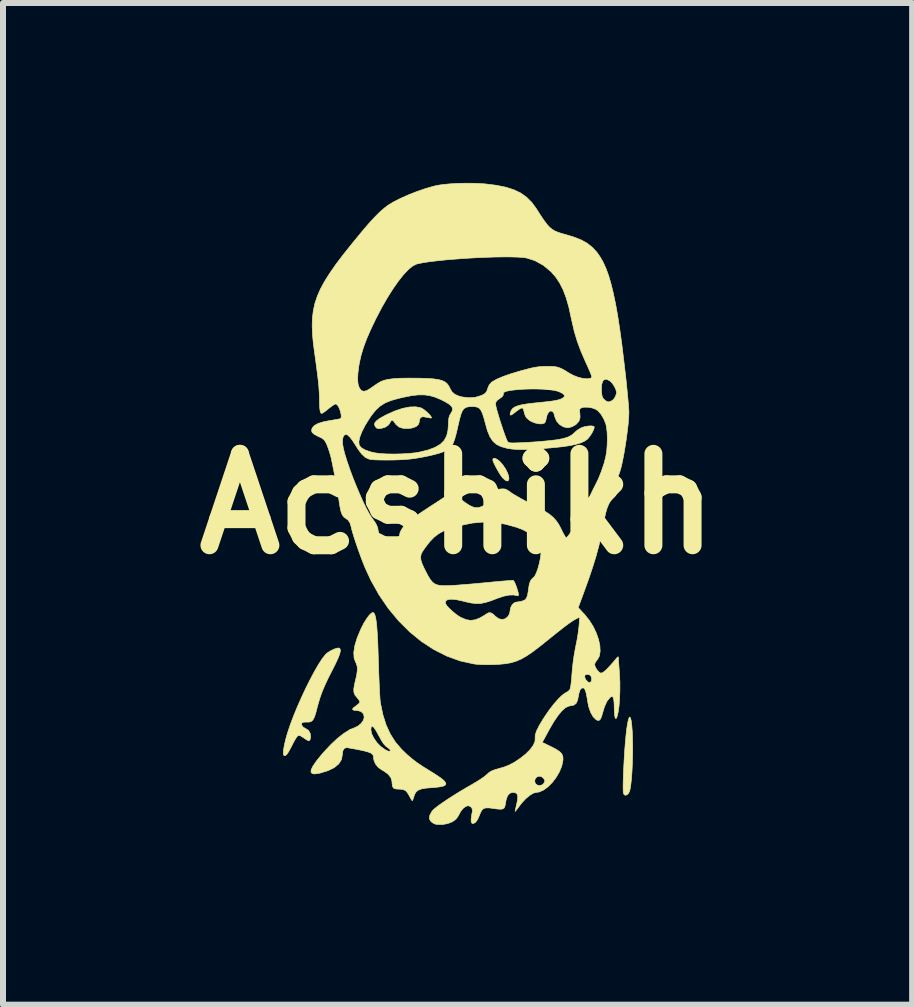
<source format=kicad_pcb>
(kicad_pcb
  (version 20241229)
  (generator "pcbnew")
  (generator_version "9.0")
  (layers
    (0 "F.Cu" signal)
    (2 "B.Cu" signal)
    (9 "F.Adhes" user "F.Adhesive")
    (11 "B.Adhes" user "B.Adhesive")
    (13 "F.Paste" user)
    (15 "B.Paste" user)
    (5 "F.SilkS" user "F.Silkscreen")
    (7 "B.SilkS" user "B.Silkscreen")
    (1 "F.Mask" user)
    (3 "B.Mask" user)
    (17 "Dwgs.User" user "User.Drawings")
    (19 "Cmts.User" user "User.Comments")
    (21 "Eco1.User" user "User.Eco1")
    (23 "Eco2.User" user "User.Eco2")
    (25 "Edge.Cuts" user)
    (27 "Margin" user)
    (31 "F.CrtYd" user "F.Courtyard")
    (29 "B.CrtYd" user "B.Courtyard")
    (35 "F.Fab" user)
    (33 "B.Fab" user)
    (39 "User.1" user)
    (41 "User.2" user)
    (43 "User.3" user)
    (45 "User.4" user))
  (footprint "Acshikh"
    (layer "F.Cu")
    (at 4.579 5.352)
    (property "Reference" "Acshikh" (at 0 0 0) (layer "F.SilkS") (effects (font (size 1.524 1.524) (thickness 0.3))))
    (attr through_hole)
    (fp_poly (pts (xy 0.663 -0.741) (xy 0.706 -0.706) (xy 0.756 -0.649) (xy 0.798 -0.587) (xy 0.83 -0.525) (xy 0.851 -0.468) (xy 0.858 -0.422) (xy 0.849 -0.391) (xy 0.827 -0.381) (xy 0.799 -0.393) (xy 0.764 -0.422) (xy 0.747 -0.44) (xy 0.715 -0.484) (xy 0.68 -0.541) (xy 0.645 -0.603) (xy 0.615 -0.662) (xy 0.594 -0.709) (xy 0.587 -0.737) (xy 0.598 -0.759) (xy 0.625 -0.76) (xy 0.663 -0.741)) (stroke (width 0.01) (type solid)) (fill yes) (layer "F.SilkS"))
    (fp_poly (pts (xy 2.883 3.567) (xy 2.895 3.612) (xy 2.905 3.689) (xy 2.906 3.703) (xy 2.914 3.808) (xy 2.918 3.928) (xy 2.92 4.059) (xy 2.919 4.194) (xy 2.915 4.329) (xy 2.909 4.457) (xy 2.901 4.574) (xy 2.89 4.674) (xy 2.878 4.752) (xy 2.869 4.791) (xy 2.847 4.832) (xy 2.817 4.855) (xy 2.789 4.856) (xy 2.768 4.834) (xy 2.768 4.833) (xy 2.763 4.803) (xy 2.761 4.745) (xy 2.761 4.665) (xy 2.764 4.568) (xy 2.768 4.457) (xy 2.774 4.337) (xy 2.781 4.214) (xy 2.789 4.091) (xy 2.798 3.974) (xy 2.808 3.866) (xy 2.818 3.773) (xy 2.828 3.705) (xy 2.843 3.623) (xy 2.857 3.573) (xy 2.871 3.554) (xy 2.883 3.567)) (stroke (width 0.01) (type solid)) (fill yes) (layer "F.SilkS"))
    (fp_poly (pts (xy -0.614 -1.603) (xy -0.599 -1.596) (xy -0.563 -1.574) (xy -0.522 -1.541) (xy -0.482 -1.504) (xy -0.451 -1.469) (xy -0.435 -1.443) (xy -0.435 -1.433) (xy -0.454 -1.432) (xy -0.492 -1.439) (xy -0.515 -1.444) (xy -0.576 -1.454) (xy -0.614 -1.443) (xy -0.633 -1.409) (xy -0.635 -1.382) (xy -0.649 -1.329) (xy -0.691 -1.289) (xy -0.759 -1.265) (xy -0.816 -1.257) (xy -0.909 -1.26) (xy -0.98 -1.284) (xy -1.032 -1.33) (xy -1.045 -1.35) (xy -1.073 -1.387) (xy -1.098 -1.395) (xy -1.116 -1.373) (xy -1.118 -1.368) (xy -1.15 -1.318) (xy -1.203 -1.28) (xy -1.27 -1.259) (xy -1.275 -1.258) (xy -1.322 -1.256) (xy -1.349 -1.264) (xy -1.37 -1.287) (xy -1.385 -1.32) (xy -1.379 -1.352) (xy -1.351 -1.386) (xy -1.298 -1.425) (xy -1.218 -1.47) (xy -1.179 -1.49) (xy -1.044 -1.55) (xy -0.916 -1.593) (xy -0.799 -1.616) (xy -0.697 -1.619) (xy -0.614 -1.603)) (stroke (width 0.01) (type solid)) (fill yes) (layer "F.SilkS"))
    (fp_poly (pts (xy -1.975 2.403) (xy -1.957 2.42) (xy -1.953 2.451) (xy -1.964 2.499) (xy -1.99 2.568) (xy -2.032 2.659) (xy -2.078 2.751) (xy -2.149 2.89) (xy -2.206 3.01) (xy -2.251 3.115) (xy -2.288 3.215) (xy -2.318 3.314) (xy -2.342 3.401) (xy -2.366 3.495) (xy -2.389 3.561) (xy -2.413 3.604) (xy -2.441 3.629) (xy -2.476 3.638) (xy -2.513 3.638) (xy -2.558 3.639) (xy -2.589 3.646) (xy -2.595 3.65) (xy -2.6 3.684) (xy -2.579 3.718) (xy -2.538 3.744) (xy -2.532 3.746) (xy -2.485 3.777) (xy -2.456 3.828) (xy -2.45 3.889) (xy -2.454 3.912) (xy -2.463 3.939) (xy -2.478 3.95) (xy -2.503 3.942) (xy -2.545 3.915) (xy -2.564 3.902) (xy -2.61 3.872) (xy -2.641 3.861) (xy -2.664 3.867) (xy -2.682 3.888) (xy -2.709 3.93) (xy -2.741 3.988) (xy -2.762 4.03) (xy -2.807 4.116) (xy -2.843 4.172) (xy -2.872 4.198) (xy -2.893 4.196) (xy -2.898 4.19) (xy -2.904 4.157) (xy -2.901 4.101) (xy -2.888 4.025) (xy -2.868 3.936) (xy -2.841 3.839) (xy -2.833 3.813) (xy -2.786 3.674) (xy -2.73 3.526) (xy -2.667 3.373) (xy -2.598 3.218) (xy -2.528 3.068) (xy -2.456 2.925) (xy -2.386 2.794) (xy -2.32 2.679) (xy -2.259 2.585) (xy -2.205 2.516) (xy -2.196 2.505) (xy -2.158 2.475) (xy -2.108 2.445) (xy -2.054 2.42) (xy -2.007 2.405) (xy -1.975 2.403) (xy -1.975 2.403)) (stroke (width 0.01) (type solid)) (fill yes) (layer "F.SilkS"))
    (fp_poly (pts (xy -1.396 1.818) (xy -1.381 1.842) (xy -1.368 1.886) (xy -1.357 1.95) (xy -1.347 2.037) (xy -1.339 2.148) (xy -1.331 2.285) (xy -1.325 2.45) (xy -1.319 2.645) (xy -1.318 2.669) (xy -1.314 2.802) (xy -1.309 2.93) (xy -1.304 3.048) (xy -1.299 3.151) (xy -1.294 3.234) (xy -1.289 3.294) (xy -1.286 3.318) (xy -1.245 3.515) (xy -1.191 3.686) (xy -1.122 3.836) (xy -1.037 3.97) (xy -0.933 4.092) (xy -0.913 4.111) (xy -0.835 4.186) (xy -0.757 4.252) (xy -0.674 4.315) (xy -0.577 4.381) (xy -0.458 4.454) (xy -0.458 4.454) (xy -0.35 4.522) (xy -0.27 4.577) (xy -0.218 4.622) (xy -0.195 4.657) (xy -0.2 4.684) (xy -0.232 4.704) (xy -0.293 4.718) (xy -0.381 4.728) (xy -0.42 4.731) (xy -0.523 4.739) (xy -0.599 4.752) (xy -0.653 4.772) (xy -0.689 4.8) (xy -0.714 4.84) (xy -0.725 4.873) (xy -0.739 4.916) (xy -0.75 4.944) (xy -0.753 4.949) (xy -0.763 4.94) (xy -0.782 4.91) (xy -0.799 4.878) (xy -0.834 4.818) (xy -0.866 4.781) (xy -0.907 4.763) (xy -0.963 4.756) (xy -0.98 4.756) (xy -1.035 4.752) (xy -1.068 4.738) (xy -1.085 4.708) (xy -1.092 4.656) (xy -1.094 4.624) (xy -1.111 4.566) (xy -1.155 4.509) (xy -1.223 4.458) (xy -1.254 4.441) (xy -1.32 4.395) (xy -1.369 4.336) (xy -1.395 4.272) (xy -1.398 4.248) (xy -1.401 4.209) (xy -1.414 4.18) (xy -1.441 4.157) (xy -1.487 4.138) (xy -1.556 4.119) (xy -1.63 4.103) (xy -1.706 4.088) (xy -1.774 4.076) (xy -1.826 4.067) (xy -1.853 4.064) (xy -1.89 4.078) (xy -1.913 4.119) (xy -1.921 4.183) (xy -1.936 4.264) (xy -1.981 4.335) (xy -2.056 4.397) (xy -2.16 4.448) (xy -2.293 4.489) (xy -2.313 4.493) (xy -2.381 4.503) (xy -2.424 4.496) (xy -2.444 4.472) (xy -2.44 4.431) (xy -2.411 4.372) (xy -2.358 4.294) (xy -2.28 4.197) (xy -2.224 4.132) (xy -2.109 4.01) (xy -1.998 3.906) (xy -1.892 3.824) (xy -1.799 3.766) (xy -1.445 3.766) (xy -1.432 3.833) (xy -1.396 3.906) (xy -1.344 3.98) (xy -1.28 4.046) (xy -1.21 4.096) (xy -1.199 4.103) (xy -1.158 4.122) (xy -1.135 4.126) (xy -1.122 4.116) (xy -1.12 4.113) (xy -1.126 4.096) (xy -1.152 4.073) (xy -1.155 4.071) (xy -1.196 4.04) (xy -1.231 4.002) (xy -1.265 3.951) (xy -1.305 3.878) (xy -1.312 3.866) (xy -1.358 3.782) (xy -1.394 3.729) (xy -1.42 3.706) (xy -1.437 3.713) (xy -1.444 3.751) (xy -1.445 3.766) (xy -1.799 3.766) (xy -1.796 3.764) (xy -1.712 3.73) (xy -1.657 3.703) (xy -1.607 3.66) (xy -1.57 3.608) (xy -1.556 3.557) (xy -1.556 3.555) (xy -1.569 3.5) (xy -1.608 3.463) (xy -1.666 3.445) (xy -1.682 3.445) (xy -1.732 3.44) (xy -1.751 3.427) (xy -1.741 3.404) (xy -1.7 3.373) (xy -1.661 3.343) (xy -1.634 3.317) (xy -1.629 3.309) (xy -1.634 3.285) (xy -1.659 3.249) (xy -1.675 3.231) (xy -1.71 3.188) (xy -1.728 3.141) (xy -1.73 3.082) (xy -1.717 3.005) (xy -1.707 2.964) (xy -1.682 2.857) (xy -1.671 2.775) (xy -1.673 2.711) (xy -1.688 2.661) (xy -1.697 2.646) (xy -1.725 2.571) (xy -1.73 2.475) (xy -1.712 2.36) (xy -1.671 2.226) (xy -1.606 2.074) (xy -1.605 2.072) (xy -1.562 1.988) (xy -1.517 1.916) (xy -1.475 1.859) (xy -1.438 1.822) (xy -1.412 1.81) (xy -1.396 1.818)) (stroke (width 0.01) (type solid)) (fill yes) (layer "F.SilkS"))
    (fp_poly (pts (xy 0.271 -5.346) (xy 0.399 -5.34) (xy 0.459 -5.336) (xy 0.645 -5.313) (xy 0.804 -5.281) (xy 0.939 -5.238) (xy 1.054 -5.183) (xy 1.152 -5.113) (xy 1.237 -5.028) (xy 1.311 -4.927) (xy 1.381 -4.818) (xy 1.439 -4.731) (xy 1.488 -4.665) (xy 1.533 -4.615) (xy 1.578 -4.578) (xy 1.626 -4.549) (xy 1.683 -4.526) (xy 1.751 -4.505) (xy 1.806 -4.49) (xy 1.947 -4.447) (xy 2.063 -4.401) (xy 2.158 -4.348) (xy 2.238 -4.286) (xy 2.27 -4.255) (xy 2.328 -4.19) (xy 2.381 -4.113) (xy 2.431 -4.025) (xy 2.477 -3.922) (xy 2.52 -3.804) (xy 2.56 -3.667) (xy 2.598 -3.511) (xy 2.635 -3.334) (xy 2.671 -3.134) (xy 2.705 -2.909) (xy 2.74 -2.657) (xy 2.774 -2.376) (xy 2.802 -2.137) (xy 2.816 -2.008) (xy 2.828 -1.885) (xy 2.839 -1.771) (xy 2.848 -1.672) (xy 2.854 -1.593) (xy 2.857 -1.539) (xy 2.857 -1.525) (xy 2.854 -1.443) (xy 2.846 -1.339) (xy 2.832 -1.22) (xy 2.816 -1.093) (xy 2.796 -0.964) (xy 2.775 -0.839) (xy 2.753 -0.725) (xy 2.732 -0.627) (xy 2.711 -0.553) (xy 2.705 -0.533) (xy 2.674 -0.448) (xy 2.654 -0.384) (xy 2.643 -0.334) (xy 2.64 -0.29) (xy 2.643 -0.244) (xy 2.643 -0.238) (xy 2.648 -0.187) (xy 2.644 -0.154) (xy 2.626 -0.127) (xy 2.59 -0.091) (xy 2.552 -0.049) (xy 2.521 0.004) (xy 2.493 0.072) (xy 2.468 0.16) (xy 2.444 0.272) (xy 2.428 0.357) (xy 2.396 0.525) (xy 2.358 0.693) (xy 2.311 0.867) (xy 2.254 1.052) (xy 2.186 1.254) (xy 2.105 1.478) (xy 2.096 1.503) (xy 2.012 1.729) (xy 2.118 1.843) (xy 2.195 1.939) (xy 2.261 2.043) (xy 2.313 2.152) (xy 2.351 2.26) (xy 2.373 2.363) (xy 2.378 2.456) (xy 2.365 2.536) (xy 2.333 2.596) (xy 2.328 2.601) (xy 2.3 2.638) (xy 2.286 2.673) (xy 2.286 2.677) (xy 2.296 2.717) (xy 2.322 2.762) (xy 2.354 2.8) (xy 2.386 2.821) (xy 2.391 2.822) (xy 2.421 2.813) (xy 2.466 2.778) (xy 2.525 2.719) (xy 2.595 2.64) (xy 2.632 2.596) (xy 2.661 2.561) (xy 2.677 2.549) (xy 2.682 2.558) (xy 2.683 2.568) (xy 2.684 2.596) (xy 2.687 2.648) (xy 2.692 2.72) (xy 2.698 2.803) (xy 2.7 2.841) (xy 2.707 2.973) (xy 2.707 3.11) (xy 2.702 3.244) (xy 2.693 3.367) (xy 2.678 3.471) (xy 2.665 3.53) (xy 2.651 3.571) (xy 2.638 3.581) (xy 2.627 3.563) (xy 2.619 3.517) (xy 2.614 3.447) (xy 2.613 3.398) (xy 2.61 3.31) (xy 2.603 3.251) (xy 2.59 3.219) (xy 2.571 3.211) (xy 2.545 3.226) (xy 2.539 3.232) (xy 2.491 3.292) (xy 2.45 3.383) (xy 2.42 3.482) (xy 2.399 3.553) (xy 2.378 3.595) (xy 2.355 3.612) (xy 2.326 3.606) (xy 2.311 3.598) (xy 2.26 3.548) (xy 2.218 3.473) (xy 2.186 3.379) (xy 2.174 3.317) (xy 2.157 3.217) (xy 2.142 3.145) (xy 2.126 3.098) (xy 2.109 3.074) (xy 2.101 3.069) (xy 2.069 3.071) (xy 2.043 3.102) (xy 2.024 3.16) (xy 2.018 3.192) (xy 2.002 3.273) (xy 1.978 3.325) (xy 1.945 3.352) (xy 1.932 3.356) (xy 1.89 3.365) (xy 1.851 3.373) (xy 1.798 3.399) (xy 1.738 3.452) (xy 1.672 3.533) (xy 1.601 3.638) (xy 1.528 3.764) (xy 1.413 3.977) (xy 1.552 4.044) (xy 1.638 4.088) (xy 1.698 4.127) (xy 1.736 4.164) (xy 1.755 4.205) (xy 1.759 4.254) (xy 1.757 4.281) (xy 1.737 4.374) (xy 1.698 4.469) (xy 1.644 4.561) (xy 1.579 4.646) (xy 1.507 4.718) (xy 1.433 4.772) (xy 1.36 4.804) (xy 1.315 4.81) (xy 1.264 4.823) (xy 1.203 4.86) (xy 1.137 4.915) (xy 1.072 4.985) (xy 1.047 5.017) (xy 1.01 5.067) (xy 0.98 5.105) (xy 0.963 5.126) (xy 0.961 5.128) (xy 0.962 5.113) (xy 0.97 5.076) (xy 0.982 5.022) (xy 0.986 5.007) (xy 1.002 4.925) (xy 1.004 4.869) (xy 0.99 4.833) (xy 0.96 4.815) (xy 0.918 4.81) (xy 0.871 4.825) (xy 0.834 4.867) (xy 0.81 4.935) (xy 0.803 4.975) (xy 0.793 5.032) (xy 0.778 5.069) (xy 0.752 5.087) (xy 0.708 5.091) (xy 0.642 5.085) (xy 0.611 5.08) (xy 0.528 5.069) (xy 0.471 5.069) (xy 0.431 5.082) (xy 0.402 5.112) (xy 0.378 5.16) (xy 0.368 5.187) (xy 0.334 5.263) (xy 0.299 5.311) (xy 0.263 5.33) (xy 0.244 5.328) (xy 0.229 5.307) (xy 0.226 5.261) (xy 0.235 5.189) (xy 0.248 5.126) (xy 0.244 5.081) (xy 0.218 5.047) (xy 0.177 5.032) (xy 0.176 5.032) (xy 0.134 5.046) (xy 0.09 5.08) (xy 0.052 5.128) (xy 0.036 5.158) (xy 0.008 5.21) (xy -0.027 5.257) (xy -0.029 5.259) (xy -0.086 5.3) (xy -0.163 5.33) (xy -0.25 5.346) (xy -0.336 5.345) (xy -0.373 5.339) (xy -0.408 5.322) (xy -0.442 5.297) (xy -0.469 5.253) (xy -0.466 5.2) (xy -0.433 5.136) (xy -0.419 5.116) (xy -0.388 5.086) (xy -0.334 5.042) (xy -0.26 4.989) (xy -0.171 4.929) (xy -0.071 4.864) (xy 0.036 4.798) (xy 0.145 4.733) (xy 0.233 4.683) (xy 0.309 4.638) (xy 0.33 4.625) (xy 1.286 4.625) (xy 1.299 4.665) (xy 1.331 4.689) (xy 1.372 4.696) (xy 1.413 4.684) (xy 1.438 4.659) (xy 1.455 4.628) (xy 1.452 4.604) (xy 1.438 4.58) (xy 1.402 4.547) (xy 1.359 4.54) (xy 1.32 4.554) (xy 1.293 4.589) (xy 1.286 4.625) (xy 0.33 4.625) (xy 0.382 4.592) (xy 0.443 4.55) (xy 0.484 4.516) (xy 0.485 4.515) (xy 0.525 4.479) (xy 0.568 4.453) (xy 0.622 4.432) (xy 0.684 4.414) (xy 0.786 4.384) (xy 0.869 4.35) (xy 0.948 4.308) (xy 1.035 4.25) (xy 1.041 4.246) (xy 1.136 4.171) (xy 1.212 4.095) (xy 1.264 4.023) (xy 1.292 3.957) (xy 1.294 3.904) (xy 1.295 3.855) (xy 1.317 3.786) (xy 1.361 3.698) (xy 1.426 3.589) (xy 1.468 3.525) (xy 1.539 3.423) (xy 1.61 3.332) (xy 1.679 3.254) (xy 1.74 3.194) (xy 1.79 3.156) (xy 1.805 3.149) (xy 1.845 3.125) (xy 1.873 3.096) (xy 1.874 3.094) (xy 1.882 3.066) (xy 1.891 3.013) (xy 1.899 2.944) (xy 1.905 2.878) (xy 2.118 2.878) (xy 2.132 2.92) (xy 2.143 2.937) (xy 2.178 2.972) (xy 2.208 2.979) (xy 2.229 2.959) (xy 2.236 2.932) (xy 2.23 2.881) (xy 2.202 2.85) (xy 2.164 2.842) (xy 2.129 2.851) (xy 2.118 2.878) (xy 1.905 2.878) (xy 1.905 2.867) (xy 1.915 2.746) (xy 1.927 2.639) (xy 1.942 2.534) (xy 1.962 2.42) (xy 1.985 2.307) (xy 2.001 2.22) (xy 2.015 2.126) (xy 2.025 2.041) (xy 2.027 2.019) (xy 2.037 1.886) (xy 1.975 1.918) (xy 1.938 1.939) (xy 1.893 1.968) (xy 1.838 2.007) (xy 1.77 2.058) (xy 1.686 2.124) (xy 1.583 2.206) (xy 1.484 2.286) (xy 1.356 2.388) (xy 1.246 2.471) (xy 1.15 2.536) (xy 1.062 2.586) (xy 0.979 2.622) (xy 0.894 2.648) (xy 0.804 2.664) (xy 0.704 2.674) (xy 0.611 2.679) (xy 0.504 2.681) (xy 0.402 2.679) (xy 0.316 2.674) (xy 0.27 2.668) (xy 0.043 2.618) (xy -0.18 2.537) (xy -0.396 2.428) (xy -0.603 2.293) (xy -0.8 2.132) (xy -0.984 1.948) (xy -1.155 1.742) (xy -1.309 1.516) (xy -1.446 1.272) (xy -1.546 1.054) (xy -1.584 0.958) (xy -1.613 0.882) (xy -0.616 0.882) (xy -0.611 0.936) (xy -0.589 1.003) (xy -0.549 1.09) (xy -0.548 1.091) (xy -0.498 1.188) (xy -0.455 1.26) (xy -0.413 1.31) (xy -0.366 1.341) (xy -0.308 1.358) (xy -0.233 1.364) (xy -0.136 1.362) (xy -0.104 1.36) (xy -0.027 1.356) (xy 0.073 1.348) (xy 0.189 1.339) (xy 0.315 1.328) (xy 0.442 1.316) (xy 0.507 1.31) (xy 0.618 1.299) (xy 0.718 1.29) (xy 0.804 1.283) (xy 0.871 1.278) (xy 0.915 1.276) (xy 0.93 1.276) (xy 0.944 1.294) (xy 0.963 1.333) (xy 0.983 1.385) (xy 1 1.439) (xy 1.013 1.486) (xy 1.016 1.513) (xy 1.01 1.534) (xy 0.988 1.53) (xy 0.933 1.518) (xy 0.857 1.521) (xy 0.765 1.54) (xy 0.664 1.574) (xy 0.657 1.577) (xy 0.549 1.618) (xy 0.461 1.645) (xy 0.384 1.66) (xy 0.311 1.662) (xy 0.231 1.653) (xy 0.137 1.633) (xy 0.082 1.619) (xy -0.023 1.596) (xy -0.105 1.589) (xy -0.163 1.596) (xy -0.196 1.618) (xy -0.202 1.654) (xy -0.199 1.665) (xy -0.18 1.696) (xy -0.142 1.738) (xy -0.091 1.785) (xy -0.036 1.832) (xy 0.018 1.871) (xy 0.054 1.892) (xy 0.143 1.93) (xy 0.221 1.943) (xy 0.299 1.931) (xy 0.373 1.901) (xy 0.422 1.873) (xy 0.466 1.846) (xy 0.474 1.839) (xy 0.518 1.815) (xy 0.557 1.816) (xy 0.6 1.843) (xy 0.623 1.867) (xy 0.681 1.912) (xy 0.74 1.928) (xy 0.795 1.916) (xy 0.835 1.884) (xy 0.861 1.844) (xy 0.873 1.806) (xy 0.873 1.803) (xy 0.884 1.733) (xy 0.913 1.677) (xy 0.956 1.643) (xy 0.995 1.635) (xy 1.029 1.631) (xy 1.075 1.621) (xy 1.082 1.619) (xy 1.12 1.603) (xy 1.146 1.576) (xy 1.165 1.531) (xy 1.178 1.464) (xy 1.183 1.422) (xy 1.196 1.341) (xy 1.215 1.285) (xy 1.244 1.246) (xy 1.263 1.231) (xy 1.29 1.2) (xy 1.317 1.144) (xy 1.342 1.072) (xy 1.364 0.99) (xy 1.381 0.907) (xy 1.391 0.829) (xy 1.391 0.765) (xy 1.389 0.747) (xy 1.356 0.652) (xy 1.293 0.566) (xy 1.202 0.491) (xy 1.085 0.428) (xy 0.987 0.391) (xy 0.796 0.338) (xy 0.611 0.309) (xy 0.429 0.303) (xy 0.242 0.32) (xy 0.045 0.361) (xy -0.135 0.414) (xy -0.233 0.452) (xy -0.317 0.498) (xy -0.392 0.556) (xy -0.464 0.631) (xy -0.539 0.728) (xy -0.578 0.784) (xy -0.605 0.833) (xy -0.616 0.882) (xy -1.613 0.882) (xy -1.624 0.852) (xy -1.663 0.743) (xy -1.699 0.638) (xy -1.73 0.542) (xy -1.754 0.463) (xy -1.769 0.405) (xy -1.77 0.397) (xy -1.792 0.32) (xy -1.826 0.269) (xy -1.861 0.244) (xy -1.898 0.217) (xy -1.926 0.176) (xy -1.947 0.115) (xy -1.964 0.029) (xy -1.969 -0.001) (xy -1.982 -0.091) (xy -2 -0.2) (xy -2.02 -0.319) (xy -2.042 -0.441) (xy -2.065 -0.559) (xy -2.086 -0.664) (xy -2.104 -0.75) (xy -2.112 -0.785) (xy -2.133 -0.859) (xy -2.158 -0.933) (xy -2.181 -0.993) (xy -2.182 -0.996) (xy -2.204 -1.038) (xy -1.919 -1.038) (xy -1.917 -1.001) (xy -1.904 -0.927) (xy -1.879 -0.829) (xy -1.843 -0.713) (xy -1.799 -0.585) (xy -1.749 -0.449) (xy -1.694 -0.311) (xy -1.637 -0.176) (xy -1.581 -0.049) (xy -1.526 0.065) (xy -1.475 0.159) (xy -1.43 0.231) (xy -1.422 0.241) (xy -1.377 0.304) (xy -1.348 0.355) (xy -1.33 0.406) (xy -1.319 0.47) (xy -1.317 0.479) (xy -1.295 0.569) (xy -1.256 0.652) (xy -1.207 0.717) (xy -1.17 0.747) (xy -1.116 0.773) (xy -1.075 0.773) (xy -1.038 0.749) (xy -1.033 0.744) (xy -1.011 0.707) (xy -0.991 0.65) (xy -0.975 0.586) (xy -0.968 0.527) (xy -0.968 0.522) (xy -0.956 0.469) (xy -0.921 0.407) (xy -0.871 0.345) (xy -0.83 0.307) (xy -0.788 0.273) (xy -0.743 0.239) (xy -0.693 0.202) (xy -0.632 0.16) (xy -0.556 0.109) (xy -0.462 0.047) (xy -0.345 -0.029) (xy -0.096 -0.192) (xy 0.036 -0.09) (xy 0.126 -0.023) (xy 0.199 0.025) (xy 0.259 0.053) (xy 0.311 0.064) (xy 0.361 0.059) (xy 0.413 0.04) (xy 0.425 0.033) (xy 0.495 -0.012) (xy 0.537 -0.066) (xy 0.554 -0.121) (xy 0.579 -0.182) (xy 0.628 -0.224) (xy 0.703 -0.247) (xy 0.725 -0.249) (xy 0.769 -0.251) (xy 0.803 -0.245) (xy 0.838 -0.226) (xy 0.887 -0.192) (xy 0.888 -0.19) (xy 0.932 -0.161) (xy 0.997 -0.123) (xy 1.077 -0.078) (xy 1.166 -0.031) (xy 1.231 0.002) (xy 1.356 0.066) (xy 1.456 0.122) (xy 1.535 0.174) (xy 1.597 0.227) (xy 1.647 0.283) (xy 1.69 0.346) (xy 1.728 0.419) (xy 1.757 0.479) (xy 1.784 0.527) (xy 1.803 0.557) (xy 1.808 0.563) (xy 1.825 0.555) (xy 1.853 0.523) (xy 1.89 0.471) (xy 1.934 0.403) (xy 1.982 0.322) (xy 2.032 0.233) (xy 2.082 0.14) (xy 2.128 0.048) (xy 2.17 -0.041) (xy 2.19 -0.089) (xy 2.223 -0.163) (xy 2.261 -0.243) (xy 2.295 -0.309) (xy 2.348 -0.417) (xy 2.399 -0.544) (xy 2.443 -0.675) (xy 2.471 -0.784) (xy 2.487 -0.876) (xy 2.495 -0.982) (xy 2.498 -1.092) (xy 2.494 -1.197) (xy 2.483 -1.286) (xy 2.472 -1.335) (xy 2.439 -1.416) (xy 2.395 -1.491) (xy 2.345 -1.549) (xy 2.306 -1.577) (xy 2.244 -1.6) (xy 2.174 -1.612) (xy 2.109 -1.612) (xy 2.075 -1.605) (xy 2.049 -1.593) (xy 2.037 -1.577) (xy 2.035 -1.547) (xy 2.04 -1.504) (xy 2.043 -1.446) (xy 2.035 -1.404) (xy 2.019 -1.372) (xy 1.973 -1.323) (xy 1.91 -1.287) (xy 1.844 -1.27) (xy 1.834 -1.27) (xy 1.765 -1.285) (xy 1.701 -1.324) (xy 1.651 -1.381) (xy 1.623 -1.449) (xy 1.62 -1.463) (xy 1.604 -1.518) (xy 1.578 -1.546) (xy 1.547 -1.548) (xy 1.517 -1.526) (xy 1.493 -1.481) (xy 1.481 -1.431) (xy 1.47 -1.386) (xy 1.455 -1.353) (xy 1.45 -1.348) (xy 1.413 -1.335) (xy 1.359 -1.335) (xy 1.296 -1.348) (xy 1.235 -1.372) (xy 1.202 -1.391) (xy 1.16 -1.425) (xy 1.133 -1.461) (xy 1.115 -1.511) (xy 1.104 -1.56) (xy 1.093 -1.59) (xy 1.075 -1.6) (xy 1.046 -1.59) (xy 1 -1.558) (xy 0.976 -1.54) (xy 0.924 -1.5) (xy 0.893 -1.481) (xy 0.878 -1.483) (xy 0.877 -1.504) (xy 0.881 -1.52) (xy 0.895 -1.559) (xy 0.919 -1.591) (xy 0.957 -1.617) (xy 1.011 -1.638) (xy 1.085 -1.656) (xy 1.182 -1.671) (xy 1.307 -1.685) (xy 1.357 -1.69) (xy 1.482 -1.703) (xy 1.58 -1.715) (xy 1.653 -1.728) (xy 1.707 -1.742) (xy 1.745 -1.759) (xy 1.766 -1.774) (xy 1.785 -1.795) (xy 1.78 -1.813) (xy 1.768 -1.828) (xy 1.737 -1.85) (xy 1.689 -1.872) (xy 1.663 -1.881) (xy 1.597 -1.895) (xy 1.515 -1.906) (xy 1.42 -1.913) (xy 1.418 -1.913) (xy 2.399 -1.913) (xy 2.4 -1.879) (xy 2.406 -1.819) (xy 2.415 -1.78) (xy 2.433 -1.753) (xy 2.45 -1.736) (xy 2.486 -1.709) (xy 2.513 -1.7) (xy 2.546 -1.708) (xy 2.562 -1.714) (xy 2.601 -1.742) (xy 2.633 -1.79) (xy 2.65 -1.843) (xy 2.651 -1.857) (xy 2.641 -1.904) (xy 2.614 -1.961) (xy 2.578 -2.014) (xy 2.546 -2.046) (xy 2.494 -2.076) (xy 2.453 -2.077) (xy 2.422 -2.049) (xy 2.404 -1.994) (xy 2.399 -1.913) (xy 1.418 -1.913) (xy 1.317 -1.916) (xy 1.211 -1.916) (xy 1.107 -1.913) (xy 1.009 -1.906) (xy 0.921 -1.897) (xy 0.848 -1.886) (xy 0.796 -1.872) (xy 0.767 -1.855) (xy 0.764 -1.845) (xy 0.762 -1.813) (xy 0.741 -1.785) (xy 0.699 -1.754) (xy 0.659 -1.725) (xy 0.64 -1.698) (xy 0.635 -1.662) (xy 0.635 -1.658) (xy 0.64 -1.627) (xy 0.654 -1.571) (xy 0.675 -1.499) (xy 0.7 -1.414) (xy 0.729 -1.325) (xy 0.758 -1.236) (xy 0.787 -1.154) (xy 0.813 -1.085) (xy 0.82 -1.068) (xy 0.835 -1.037) (xy 0.854 -1.022) (xy 0.887 -1.017) (xy 0.925 -1.016) (xy 1.005 -1.018) (xy 1.106 -1.022) (xy 1.218 -1.029) (xy 1.335 -1.037) (xy 1.449 -1.047) (xy 1.551 -1.057) (xy 1.635 -1.067) (xy 1.672 -1.072) (xy 1.77 -1.092) (xy 1.843 -1.115) (xy 1.9 -1.145) (xy 1.948 -1.185) (xy 1.955 -1.193) (xy 1.997 -1.229) (xy 2.05 -1.262) (xy 2.066 -1.27) (xy 2.119 -1.288) (xy 2.176 -1.298) (xy 2.228 -1.301) (xy 2.266 -1.295) (xy 2.278 -1.286) (xy 2.277 -1.262) (xy 2.261 -1.221) (xy 2.235 -1.172) (xy 2.203 -1.124) (xy 2.17 -1.084) (xy 2.159 -1.074) (xy 2.112 -1.043) (xy 2.05 -1.016) (xy 1.969 -0.992) (xy 1.868 -0.971) (xy 1.743 -0.953) (xy 1.591 -0.937) (xy 1.411 -0.922) (xy 1.397 -0.921) (xy 1.241 -0.911) (xy 1.111 -0.906) (xy 1.003 -0.907) (xy 0.911 -0.914) (xy 0.831 -0.926) (xy 0.819 -0.929) (xy 0.723 -0.956) (xy 0.647 -0.994) (xy 0.587 -1.048) (xy 0.539 -1.122) (xy 0.498 -1.221) (xy 0.468 -1.328) (xy 0.44 -1.431) (xy 0.416 -1.507) (xy 0.39 -1.561) (xy 0.362 -1.595) (xy 0.326 -1.614) (xy 0.281 -1.622) (xy 0.24 -1.623) (xy 0.185 -1.62) (xy 0.142 -1.61) (xy 0.108 -1.588) (xy 0.08 -1.551) (xy 0.057 -1.494) (xy 0.034 -1.414) (xy 0.009 -1.306) (xy 0.008 -1.302) (xy -0.019 -1.183) (xy -0.044 -1.092) (xy -0.068 -1.022) (xy -0.095 -0.971) (xy -0.126 -0.933) (xy -0.165 -0.903) (xy -0.214 -0.878) (xy -0.226 -0.873) (xy -0.296 -0.848) (xy -0.389 -0.822) (xy -0.497 -0.797) (xy -0.613 -0.774) (xy -0.727 -0.756) (xy -0.797 -0.747) (xy -0.879 -0.74) (xy -0.974 -0.735) (xy -1.077 -0.732) (xy -1.18 -0.731) (xy -1.279 -0.732) (xy -1.365 -0.734) (xy -1.432 -0.739) (xy -1.474 -0.746) (xy -1.475 -0.746) (xy -1.538 -0.776) (xy -1.598 -0.831) (xy -1.66 -0.914) (xy -1.679 -0.945) (xy -1.738 -1.037) (xy -1.646 -1.037) (xy -1.64 -0.981) (xy -1.638 -0.976) (xy -1.603 -0.935) (xy -1.54 -0.899) (xy -1.451 -0.868) (xy -1.37 -0.85) (xy -1.285 -0.839) (xy -1.178 -0.833) (xy -1.058 -0.831) (xy -0.932 -0.834) (xy -0.811 -0.841) (xy -0.703 -0.852) (xy -0.629 -0.865) (xy -0.487 -0.9) (xy -0.374 -0.943) (xy -0.287 -0.994) (xy -0.224 -1.056) (xy -0.182 -1.133) (xy -0.16 -1.225) (xy -0.153 -1.317) (xy -0.15 -1.388) (xy -0.144 -1.437) (xy -0.133 -1.473) (xy -0.115 -1.503) (xy -0.089 -1.548) (xy -0.082 -1.586) (xy -0.096 -1.622) (xy -0.133 -1.658) (xy -0.197 -1.698) (xy -0.279 -1.74) (xy -0.372 -1.779) (xy -0.462 -1.805) (xy -0.553 -1.818) (xy -0.653 -1.818) (xy -0.767 -1.805) (xy -0.902 -1.778) (xy -0.984 -1.759) (xy -1.108 -1.724) (xy -1.207 -1.684) (xy -1.29 -1.632) (xy -1.362 -1.566) (xy -1.432 -1.479) (xy -1.464 -1.433) (xy -1.539 -1.313) (xy -1.594 -1.206) (xy -1.63 -1.113) (xy -1.646 -1.037) (xy -1.738 -1.037) (xy -1.74 -1.041) (xy -1.791 -1.109) (xy -1.832 -1.148) (xy -1.858 -1.159) (xy -1.892 -1.145) (xy -1.912 -1.104) (xy -1.919 -1.038) (xy -2.204 -1.038) (xy -2.206 -1.042) (xy -2.23 -1.073) (xy -2.265 -1.098) (xy -2.319 -1.124) (xy -2.324 -1.126) (xy -2.387 -1.159) (xy -2.423 -1.189) (xy -2.435 -1.222) (xy -2.425 -1.261) (xy -2.424 -1.264) (xy -2.389 -1.306) (xy -2.323 -1.342) (xy -2.227 -1.371) (xy -2.126 -1.39) (xy -2.057 -1.401) (xy -2 -1.411) (xy -1.961 -1.419) (xy -1.95 -1.423) (xy -1.939 -1.446) (xy -1.941 -1.488) (xy -1.952 -1.54) (xy -1.971 -1.593) (xy -1.994 -1.636) (xy -2.019 -1.663) (xy -2.031 -1.667) (xy -2.055 -1.657) (xy -2.095 -1.631) (xy -2.143 -1.595) (xy -2.151 -1.588) (xy -2.198 -1.55) (xy -2.237 -1.522) (xy -2.261 -1.509) (xy -2.264 -1.508) (xy -2.28 -1.517) (xy -2.291 -1.547) (xy -2.298 -1.599) (xy -2.302 -1.679) (xy -2.302 -1.722) (xy -2.303 -1.797) (xy -2.307 -1.874) (xy -2.313 -1.96) (xy -2.323 -2.059) (xy -2.325 -2.076) (xy -1.666 -2.076) (xy -1.658 -1.995) (xy -1.639 -1.937) (xy -1.607 -1.893) (xy -1.567 -1.877) (xy -1.516 -1.888) (xy -1.46 -1.921) (xy -1.407 -1.958) (xy -1.353 -1.995) (xy -1.333 -2.008) (xy -1.283 -2.038) (xy -1.225 -2.061) (xy -1.155 -2.077) (xy -1.069 -2.088) (xy -0.962 -2.095) (xy -0.829 -2.097) (xy -0.794 -2.097) (xy -0.637 -2.096) (xy -0.509 -2.092) (xy -0.406 -2.085) (xy -0.324 -2.074) (xy -0.261 -2.058) (xy -0.213 -2.036) (xy -0.177 -2.008) (xy -0.149 -1.971) (xy -0.126 -1.927) (xy -0.126 -1.926) (xy -0.092 -1.868) (xy -0.043 -1.826) (xy 0.027 -1.796) (xy 0.078 -1.783) (xy 0.19 -1.77) (xy 0.3 -1.778) (xy 0.398 -1.808) (xy 0.412 -1.814) (xy 0.457 -1.841) (xy 0.484 -1.872) (xy 0.502 -1.919) (xy 0.503 -1.925) (xy 0.528 -1.984) (xy 0.566 -2.027) (xy 0.584 -2.04) (xy 0.657 -2.081) (xy 0.759 -2.124) (xy 0.89 -2.17) (xy 1.046 -2.217) (xy 1.106 -2.233) (xy 1.204 -2.259) (xy 1.281 -2.276) (xy 1.348 -2.286) (xy 1.415 -2.292) (xy 1.491 -2.293) (xy 1.492 -2.293) (xy 1.57 -2.293) (xy 1.63 -2.288) (xy 1.68 -2.277) (xy 1.731 -2.257) (xy 1.79 -2.225) (xy 1.865 -2.178) (xy 1.931 -2.143) (xy 2.002 -2.115) (xy 2.073 -2.096) (xy 2.138 -2.087) (xy 2.191 -2.088) (xy 2.227 -2.099) (xy 2.238 -2.121) (xy 2.232 -2.143) (xy 2.214 -2.189) (xy 2.187 -2.252) (xy 2.154 -2.326) (xy 2.137 -2.363) (xy 2.059 -2.541) (xy 1.997 -2.708) (xy 1.946 -2.877) (xy 1.904 -3.06) (xy 1.896 -3.095) (xy 1.856 -3.28) (xy 1.811 -3.437) (xy 1.76 -3.571) (xy 1.702 -3.685) (xy 1.635 -3.785) (xy 1.557 -3.874) (xy 1.556 -3.874) (xy 1.431 -3.978) (xy 1.292 -4.055) (xy 1.158 -4.099) (xy 1.093 -4.109) (xy 1.001 -4.115) (xy 0.886 -4.118) (xy 0.753 -4.118) (xy 0.605 -4.116) (xy 0.447 -4.11) (xy 0.284 -4.103) (xy 0.118 -4.093) (xy -0.044 -4.081) (xy -0.199 -4.068) (xy -0.343 -4.053) (xy -0.471 -4.038) (xy -0.579 -4.021) (xy -0.663 -4.004) (xy -0.688 -3.997) (xy -0.75 -3.965) (xy -0.822 -3.906) (xy -0.901 -3.822) (xy -0.986 -3.715) (xy -1.076 -3.587) (xy -1.168 -3.441) (xy -1.262 -3.278) (xy -1.354 -3.102) (xy -1.357 -3.097) (xy -1.443 -2.917) (xy -1.513 -2.758) (xy -1.567 -2.613) (xy -1.608 -2.479) (xy -1.637 -2.349) (xy -1.644 -2.31) (xy -1.661 -2.18) (xy -1.666 -2.076) (xy -2.325 -2.076) (xy -2.337 -2.174) (xy -2.355 -2.311) (xy -2.377 -2.474) (xy -2.383 -2.516) (xy -2.405 -2.681) (xy -2.419 -2.832) (xy -2.424 -2.97) (xy -2.42 -3.099) (xy -2.405 -3.222) (xy -2.379 -3.342) (xy -2.339 -3.461) (xy -2.286 -3.583) (xy -2.217 -3.71) (xy -2.132 -3.845) (xy -2.03 -3.992) (xy -1.909 -4.152) (xy -1.768 -4.329) (xy -1.606 -4.526) (xy -1.595 -4.54) (xy -1.482 -4.672) (xy -1.383 -4.78) (xy -1.295 -4.868) (xy -1.215 -4.937) (xy -1.154 -4.983) (xy -1.062 -5.038) (xy -0.947 -5.096) (xy -0.817 -5.154) (xy -0.679 -5.208) (xy -0.54 -5.256) (xy -0.409 -5.294) (xy -0.338 -5.311) (xy -0.247 -5.325) (xy -0.133 -5.336) (xy -0.003 -5.344) (xy 0.134 -5.347) (xy 0.271 -5.346)) (stroke (width 0.01) (type solid)) (fill yes) (layer "F.SilkS")))
  (gr_rect
    (start -3 -3)
    (end 12.159 13.702)
    (stroke (width 0.1) (type default))
    (fill no)
    (layer "Edge.Cuts")))
</source>
